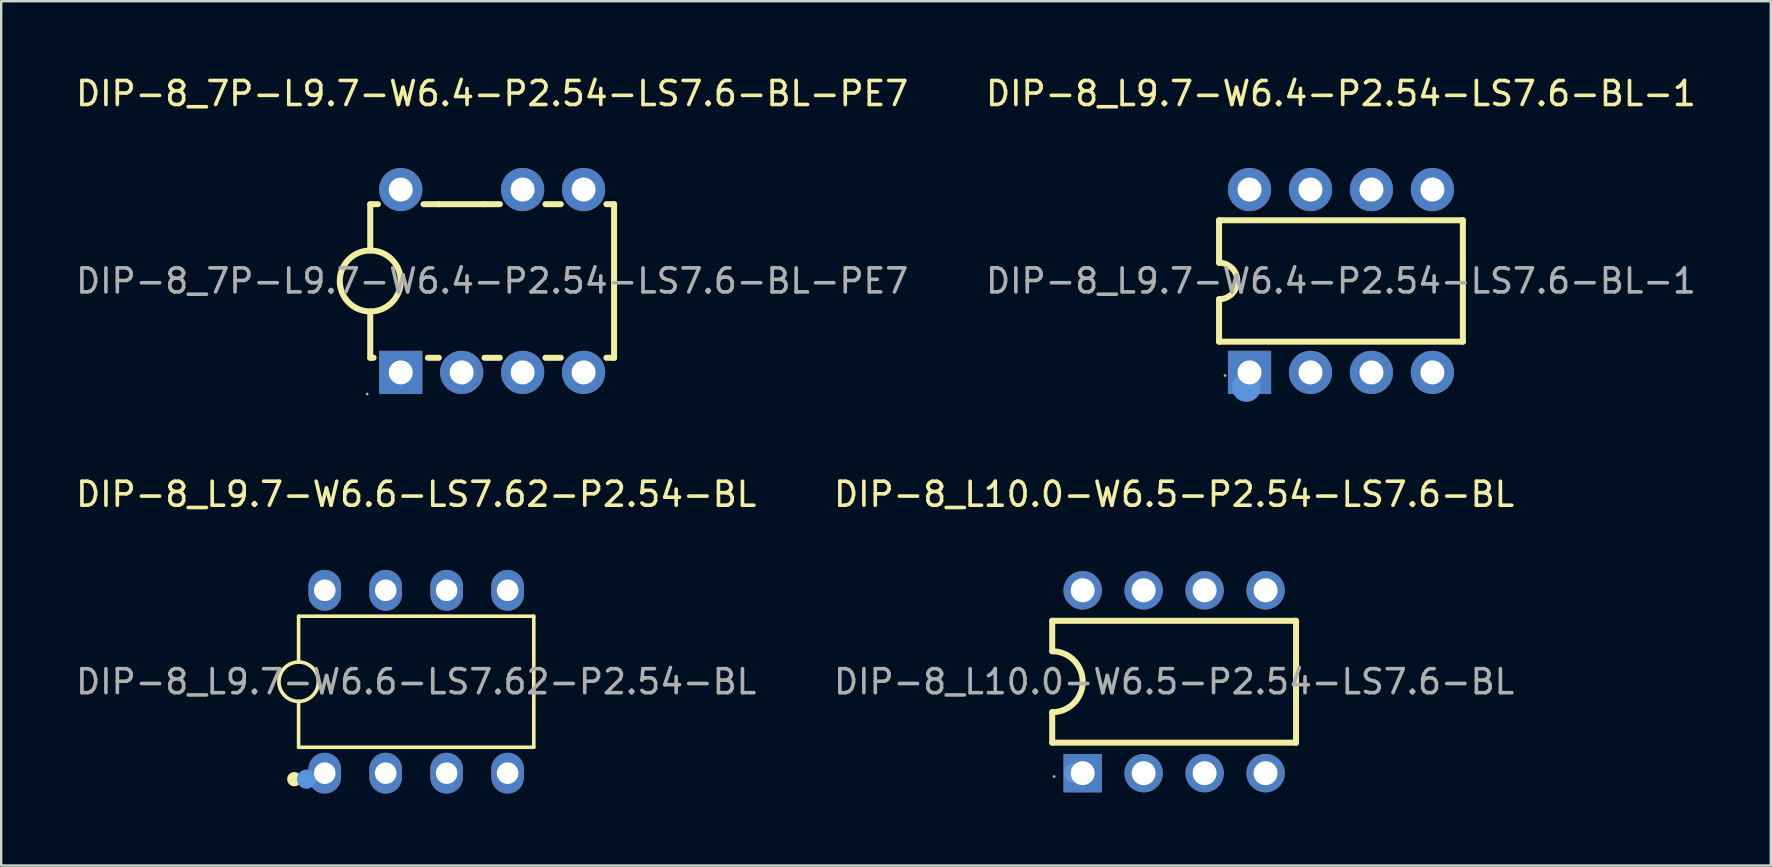
<source format=kicad_pcb>
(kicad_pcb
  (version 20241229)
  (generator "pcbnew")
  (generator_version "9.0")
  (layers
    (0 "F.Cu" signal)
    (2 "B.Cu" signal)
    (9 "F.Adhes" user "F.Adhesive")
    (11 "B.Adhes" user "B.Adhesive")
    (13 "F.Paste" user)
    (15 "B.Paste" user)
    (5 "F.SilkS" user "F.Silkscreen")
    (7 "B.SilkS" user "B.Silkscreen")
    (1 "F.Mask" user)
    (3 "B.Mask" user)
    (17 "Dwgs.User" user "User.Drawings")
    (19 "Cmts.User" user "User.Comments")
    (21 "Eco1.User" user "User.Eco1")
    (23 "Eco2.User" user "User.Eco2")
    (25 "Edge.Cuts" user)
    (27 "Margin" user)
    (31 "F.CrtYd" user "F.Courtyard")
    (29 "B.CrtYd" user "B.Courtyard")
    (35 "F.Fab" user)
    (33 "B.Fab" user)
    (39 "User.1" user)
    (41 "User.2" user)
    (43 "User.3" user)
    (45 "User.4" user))
  (footprint "DIP-8_L9.7-W6.4-P2.54-LS7.6-BL-1"
    (layer "F.Cu")
    (at 52.827 8.658)
    (property "Reference" "DIP-8_L9.7-W6.4-P2.54-LS7.6-BL-1" (at 0 -7.81 0) (layer "F.SilkS") (effects (font (size 1 1) (thickness 0.15))))
    (attr through_hole)
    (fp_line (start -5.08 -2.53) (end 5.08 -2.53) (stroke (width 0.25) (type solid)) (layer "F.SilkS"))
    (fp_line (start -5.08 -0.76) (end -5.08 -2.53) (stroke (width 0.25) (type solid)) (layer "F.SilkS"))
    (fp_line (start -5.08 2.53) (end -5.08 0.76) (stroke (width 0.25) (type solid)) (layer "F.SilkS"))
    (fp_line (start -5.08 2.53) (end 5.08 2.53) (stroke (width 0.25) (type solid)) (layer "F.SilkS"))
    (fp_line (start 5.08 2.53) (end 5.08 -2.53) (stroke (width 0.25) (type solid)) (layer "F.SilkS"))
    (fp_arc (start -5.08 -0.76) (mid -4.32 0) (end -5.08 0.76) (stroke (width 0.25) (type solid)) (layer "F.SilkS"))
    (fp_circle (center -3.94 4.44) (end -3.64 4.44) (stroke (width 0.6) (type solid)) (fill no) (layer "Cmts.User"))
    (fp_circle (center -4.83 3.94) (end -4.8 3.94) (stroke (width 0.06) (type solid)) (fill no) (layer "F.Fab"))
    (fp_text user "${REFERENCE}" (at 0 0 0) (layer "F.Fab") (effects (font (size 1 1) (thickness 0.15))))
    (pad "1" thru_hole rect (at -3.81 3.81) (size 1.8 1.8) (drill 1) (layers "*.Cu" "*.Paste" "*.Mask"))
    (pad "2" thru_hole circle (at -1.27 3.81) (size 1.8 1.8) (drill 1) (layers "*.Cu" "*.Paste" "*.Mask"))
    (pad "3" thru_hole circle (at 1.27 3.81) (size 1.8 1.8) (drill 1) (layers "*.Cu" "*.Paste" "*.Mask"))
    (pad "4" thru_hole circle (at 3.81 3.81) (size 1.8 1.8) (drill 1) (layers "*.Cu" "*.Paste" "*.Mask"))
    (pad "5" thru_hole circle (at 3.81 -3.81) (size 1.8 1.8) (drill 1) (layers "*.Cu" "*.Paste" "*.Mask"))
    (pad "6" thru_hole circle (at 1.27 -3.81) (size 1.8 1.8) (drill 1) (layers "*.Cu" "*.Paste" "*.Mask"))
    (pad "7" thru_hole circle (at -1.27 -3.81) (size 1.8 1.8) (drill 1) (layers "*.Cu" "*.Paste" "*.Mask"))
    (pad "8" thru_hole circle (at -3.81 -3.81) (size 1.8 1.8) (drill 1) (layers "*.Cu" "*.Paste" "*.Mask")))
  (footprint "DIP-8_L9.7-W6.6-LS7.62-P2.54-BL"
    (layer "F.Cu")
    (at 14.292 25.357)
    (property "Reference" "DIP-8_L9.7-W6.6-LS7.62-P2.54-BL" (at 0 -7.81 0) (layer "F.SilkS") (effects (font (size 1 1) (thickness 0.15))))
    (attr through_hole)
    (fp_line (start -4.9 -2.73) (end -4.9 -0.82) (stroke (width 0.15) (type solid)) (layer "F.SilkS"))
    (fp_line (start -4.9 0.82) (end -4.9 2.73) (stroke (width 0.15) (type solid)) (layer "F.SilkS"))
    (fp_line (start -4.9 2.73) (end 4.9 2.73) (stroke (width 0.15) (type solid)) (layer "F.SilkS"))
    (fp_line (start 4.9 -2.73) (end -4.9 -2.73) (stroke (width 0.15) (type solid)) (layer "F.SilkS"))
    (fp_line (start 4.9 2.73) (end 4.9 -2.73) (stroke (width 0.15) (type solid)) (layer "F.SilkS"))
    (fp_arc (start -4.885689 -0.819875) (mid -4.907156 0.819969) (end -4.9 -0.82) (stroke (width 0.15) (type solid)) (layer "F.SilkS"))
    (fp_circle (center -5.08 4.06) (end -4.93 4.06) (stroke (width 0.3) (type solid)) (fill no) (layer "F.SilkS"))
    (fp_circle (center -4.57 4.06) (end -4.37 4.06) (stroke (width 0.4) (type solid)) (fill no) (layer "Cmts.User"))
    (fp_circle (center -4.82 4.06) (end -4.79 4.06) (stroke (width 0.06) (type solid)) (fill no) (layer "F.Fab"))
    (fp_text user "${REFERENCE}" (at 0 0 0) (layer "F.Fab") (effects (font (size 1 1) (thickness 0.15))))
    (pad "1" thru_hole oval (at -3.81 3.81) (size 1.36 1.7) (drill 0.9) (layers "*.Cu" "*.Paste" "*.Mask"))
    (pad "2" thru_hole oval (at -1.27 3.81) (size 1.36 1.7) (drill 0.9) (layers "*.Cu" "*.Paste" "*.Mask"))
    (pad "3" thru_hole oval (at 1.27 3.81) (size 1.36 1.7) (drill 0.9) (layers "*.Cu" "*.Paste" "*.Mask"))
    (pad "4" thru_hole oval (at 3.81 3.81) (size 1.36 1.7) (drill 0.9) (layers "*.Cu" "*.Paste" "*.Mask"))
    (pad "5" thru_hole oval (at 3.81 -3.81) (size 1.36 1.7) (drill 0.9) (layers "*.Cu" "*.Paste" "*.Mask"))
    (pad "6" thru_hole oval (at 1.27 -3.81) (size 1.36 1.7) (drill 0.9) (layers "*.Cu" "*.Paste" "*.Mask"))
    (pad "7" thru_hole oval (at -1.27 -3.81) (size 1.36 1.7) (drill 0.9) (layers "*.Cu" "*.Paste" "*.Mask"))
    (pad "8" thru_hole oval (at -3.81 -3.81) (size 1.36 1.7) (drill 0.9) (layers "*.Cu" "*.Paste" "*.Mask")))
  (footprint "DIP-8_L10.0-W6.5-P2.54-LS7.6-BL"
    (layer "F.Cu")
    (at 45.875 25.357)
    (property "Reference" "DIP-8_L10.0-W6.5-P2.54-LS7.6-BL" (at 0 -7.81 0) (layer "F.SilkS") (effects (font (size 1 1) (thickness 0.15))))
    (attr through_hole)
    (fp_line (start -5.08 -1.27) (end -5.08 -2.54) (stroke (width 0.25) (type solid)) (layer "F.SilkS"))
    (fp_line (start -5.08 2.54) (end -5.08 1.27) (stroke (width 0.25) (type solid)) (layer "F.SilkS"))
    (fp_line (start 5.08 -2.54) (end -5.08 -2.54) (stroke (width 0.25) (type solid)) (layer "F.SilkS"))
    (fp_line (start 5.08 2.54) (end -5.08 2.54) (stroke (width 0.25) (type solid)) (layer "F.SilkS"))
    (fp_line (start 5.08 2.54) (end 5.08 -2.54) (stroke (width 0.25) (type solid)) (layer "F.SilkS"))
    (fp_arc (start -5.08 -1.27) (mid -3.81 0) (end -5.08 1.27) (stroke (width 0.25) (type solid)) (layer "F.SilkS"))
    (fp_circle (center -4.2 3.8) (end -4 3.8) (stroke (width 0.4) (type solid)) (fill no) (layer "Cmts.User"))
    (fp_circle (center -5 3.95) (end -4.97 3.95) (stroke (width 0.06) (type solid)) (fill no) (layer "F.Fab"))
    (fp_text user "${REFERENCE}" (at 0 0 0) (layer "F.Fab") (effects (font (size 1 1) (thickness 0.15))))
    (pad "1" thru_hole rect (at -3.81 3.81) (size 1.6 1.6) (drill 1) (layers "*.Cu" "*.Paste" "*.Mask"))
    (pad "2" thru_hole circle (at -1.27 3.81) (size 1.6 1.6) (drill 1) (layers "*.Cu" "*.Paste" "*.Mask"))
    (pad "3" thru_hole circle (at 1.27 3.81) (size 1.6 1.6) (drill 1) (layers "*.Cu" "*.Paste" "*.Mask"))
    (pad "4" thru_hole circle (at 3.81 3.81) (size 1.6 1.6) (drill 1) (layers "*.Cu" "*.Paste" "*.Mask"))
    (pad "5" thru_hole circle (at 3.81 -3.81) (size 1.6 1.6) (drill 1) (layers "*.Cu" "*.Paste" "*.Mask"))
    (pad "6" thru_hole circle (at 1.27 -3.81) (size 1.6 1.6) (drill 1) (layers "*.Cu" "*.Paste" "*.Mask"))
    (pad "7" thru_hole circle (at -1.27 -3.81) (size 1.6 1.6) (drill 1) (layers "*.Cu" "*.Paste" "*.Mask"))
    (pad "8" thru_hole circle (at -3.81 -3.81) (size 1.6 1.6) (drill 1) (layers "*.Cu" "*.Paste" "*.Mask")))
  (footprint "DIP-8_7P-L9.7-W6.4-P2.54-LS7.6-BL-PE7"
    (layer "F.Cu")
    (at 17.458 8.658)
    (property "Reference" "DIP-8_7P-L9.7-W6.4-P2.54-LS7.6-BL-PE7" (at 0 -7.81 0) (layer "F.SilkS") (effects (font (size 1 1) (thickness 0.15))))
    (attr through_hole)
    (fp_line (start -5.08 -3.2) (end -4.76 -3.2) (stroke (width 0.25) (type solid)) (layer "F.SilkS"))
    (fp_line (start -5.08 -1.27) (end -5.08 -3.2) (stroke (width 0.25) (type solid)) (layer "F.SilkS"))
    (fp_line (start -5.08 3.2) (end -5.08 1.27) (stroke (width 0.25) (type solid)) (layer "F.SilkS"))
    (fp_line (start -5.08 3.2) (end -4.94 3.2) (stroke (width 0.25) (type solid)) (layer "F.SilkS"))
    (fp_line (start -2.86 -3.2) (end -2.22 -3.2) (stroke (width 0.25) (type solid)) (layer "F.SilkS"))
    (fp_line (start -2.68 3.2) (end -2.22 3.2) (stroke (width 0.25) (type solid)) (layer "F.SilkS"))
    (fp_line (start -2.22 -3.2) (end -0.32 -3.2) (stroke (width 0.25) (type solid)) (layer "F.SilkS"))
    (fp_line (start -0.32 -3.2) (end 0.32 -3.2) (stroke (width 0.25) (type solid)) (layer "F.SilkS"))
    (fp_line (start -0.32 3.2) (end 0.32 3.2) (stroke (width 0.25) (type solid)) (layer "F.SilkS"))
    (fp_line (start 2.22 -3.2) (end 2.86 -3.2) (stroke (width 0.25) (type solid)) (layer "F.SilkS"))
    (fp_line (start 2.22 3.2) (end 2.86 3.2) (stroke (width 0.25) (type solid)) (layer "F.SilkS"))
    (fp_line (start 4.76 -3.2) (end 5.08 -3.2) (stroke (width 0.25) (type solid)) (layer "F.SilkS"))
    (fp_line (start 4.76 3.2) (end 5.08 3.2) (stroke (width 0.25) (type solid)) (layer "F.SilkS"))
    (fp_line (start 5.08 3.2) (end 5.08 -3.2) (stroke (width 0.25) (type solid)) (layer "F.SilkS"))
    (fp_arc (start -5.102165 1.269807) (mid -5.068917 -1.269952) (end -5.08 1.27) (stroke (width 0.25) (type solid)) (layer "F.SilkS"))
    (fp_circle (center -5.21 4.71) (end -5.18 4.71) (stroke (width 0.06) (type solid)) (fill no) (layer "F.Fab"))
    (fp_circle (center -3.81 -3.81) (end -3.61 -3.81) (stroke (width 0.4) (type solid)) (fill no) (layer "F.Fab"))
    (fp_circle (center -3.81 3.81) (end -3.61 3.81) (stroke (width 0.4) (type solid)) (fill no) (layer "F.Fab"))
    (fp_circle (center -1.27 3.81) (end -1.07 3.81) (stroke (width 0.4) (type solid)) (fill no) (layer "F.Fab"))
    (fp_circle (center 1.27 -3.81) (end 1.47 -3.81) (stroke (width 0.4) (type solid)) (fill no) (layer "F.Fab"))
    (fp_circle (center 1.27 3.81) (end 1.47 3.81) (stroke (width 0.4) (type solid)) (fill no) (layer "F.Fab"))
    (fp_circle (center 3.81 -3.81) (end 4.01 -3.81) (stroke (width 0.4) (type solid)) (fill no) (layer "F.Fab"))
    (fp_circle (center 3.81 3.81) (end 4.01 3.81) (stroke (width 0.4) (type solid)) (fill no) (layer "F.Fab"))
    (fp_text user "${REFERENCE}" (at 0 0 0) (layer "F.Fab") (effects (font (size 1 1) (thickness 0.15))))
    (pad "1" thru_hole rect (at -3.81 3.81) (size 1.8 1.8) (drill 1) (layers "*.Cu" "*.Paste" "*.Mask"))
    (pad "2" thru_hole circle (at -1.27 3.81) (size 1.8 1.8) (drill 1) (layers "*.Cu" "*.Paste" "*.Mask"))
    (pad "3" thru_hole circle (at 1.27 3.81) (size 1.8 1.8) (drill 1) (layers "*.Cu" "*.Paste" "*.Mask"))
    (pad "4" thru_hole circle (at 3.81 3.81) (size 1.8 1.8) (drill 1) (layers "*.Cu" "*.Paste" "*.Mask"))
    (pad "5" thru_hole circle (at 3.81 -3.81) (size 1.8 1.8) (drill 1) (layers "*.Cu" "*.Paste" "*.Mask"))
    (pad "6" thru_hole circle (at 1.27 -3.81) (size 1.8 1.8) (drill 1) (layers "*.Cu" "*.Paste" "*.Mask"))
    (pad "8" thru_hole circle (at -3.81 -3.81) (size 1.8 1.8) (drill 1) (layers "*.Cu" "*.Paste" "*.Mask")))
  (gr_rect
    (start -3 -3)
    (end 70.738 33.017)
    (stroke (width 0.1) (type default))
    (fill no)
    (layer "Edge.Cuts")))
</source>
